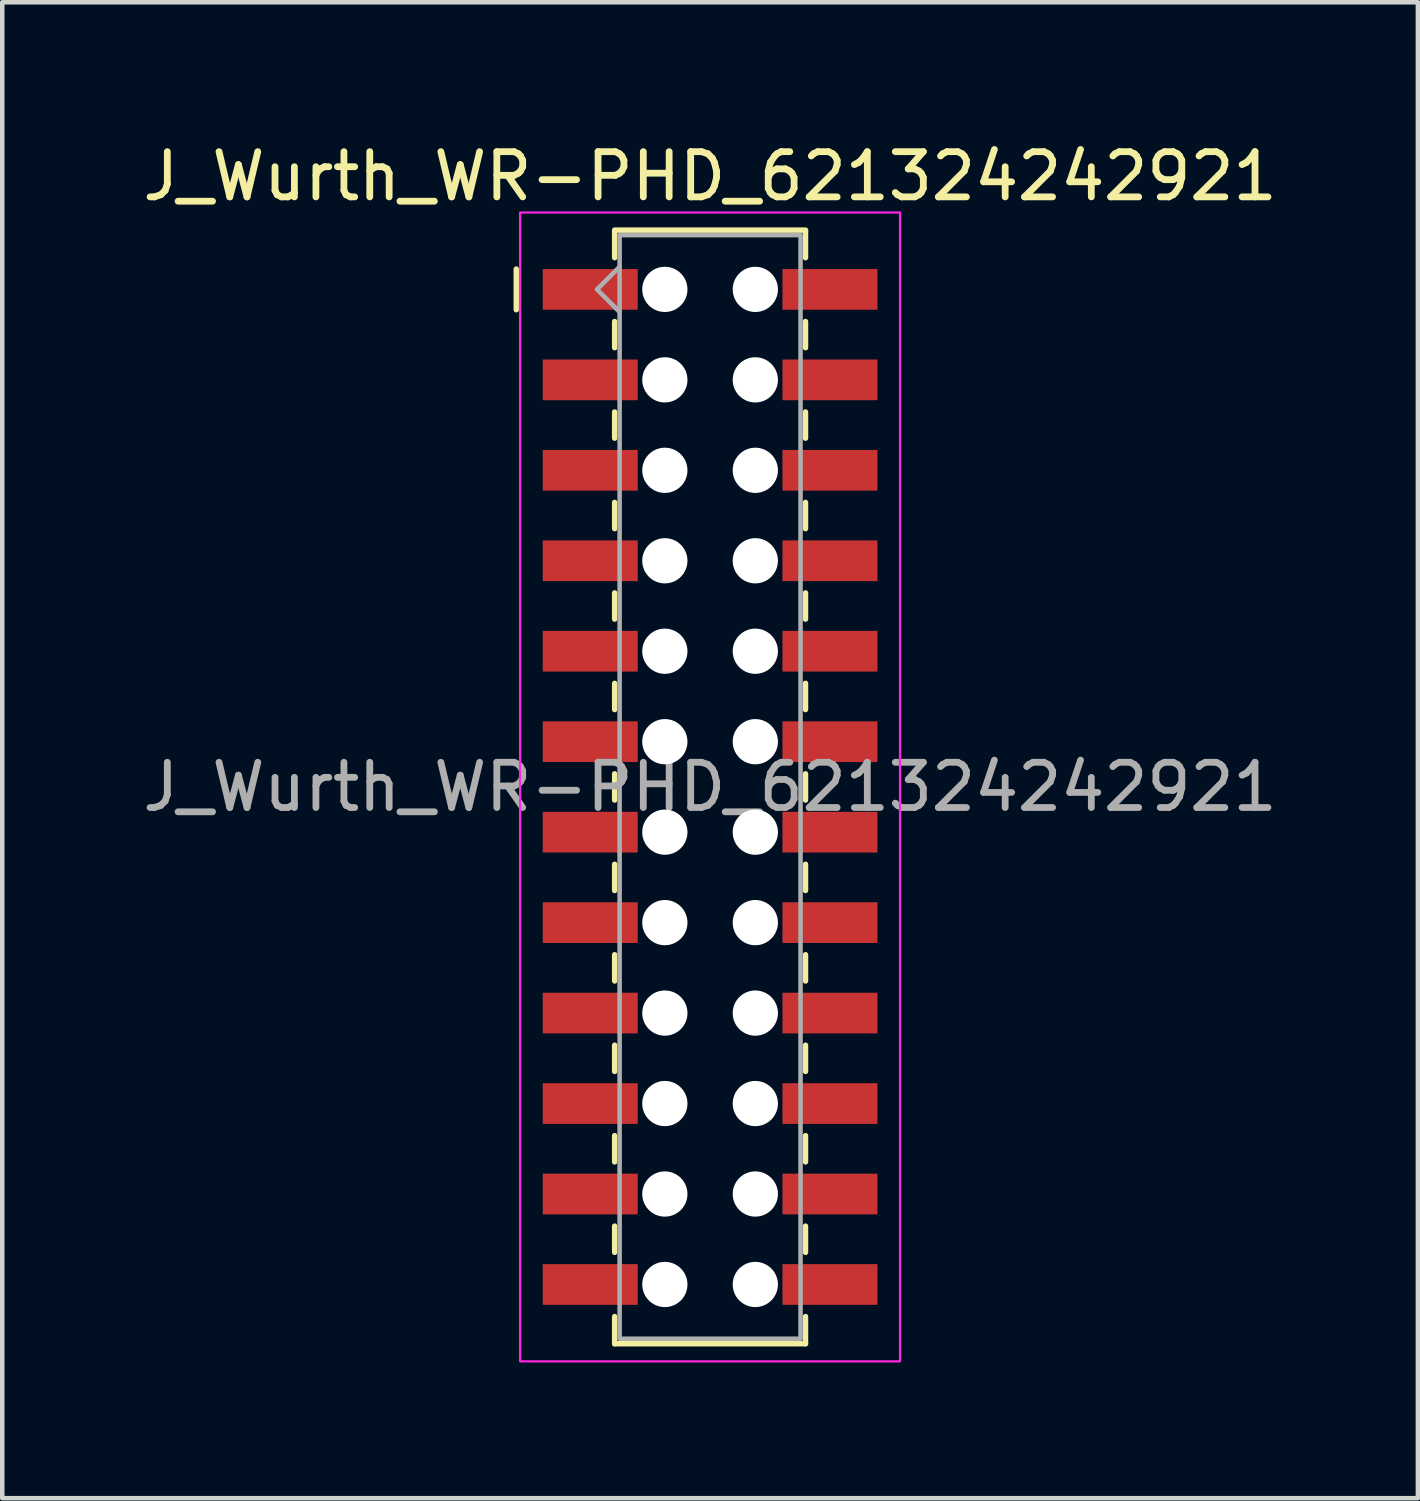
<source format=kicad_pcb>
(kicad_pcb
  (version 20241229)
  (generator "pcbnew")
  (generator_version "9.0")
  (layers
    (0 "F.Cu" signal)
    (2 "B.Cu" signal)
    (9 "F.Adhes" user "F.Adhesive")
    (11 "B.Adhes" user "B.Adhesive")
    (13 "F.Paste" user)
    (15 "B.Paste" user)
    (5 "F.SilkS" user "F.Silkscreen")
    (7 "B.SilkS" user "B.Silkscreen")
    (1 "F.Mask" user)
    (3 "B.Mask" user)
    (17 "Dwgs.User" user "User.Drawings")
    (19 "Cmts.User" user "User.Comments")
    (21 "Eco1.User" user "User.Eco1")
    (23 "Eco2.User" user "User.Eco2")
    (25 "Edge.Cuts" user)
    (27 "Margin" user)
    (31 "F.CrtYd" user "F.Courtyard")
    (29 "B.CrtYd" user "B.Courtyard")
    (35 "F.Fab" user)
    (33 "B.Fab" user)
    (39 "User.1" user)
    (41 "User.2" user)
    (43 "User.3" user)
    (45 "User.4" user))
  (footprint "J_Wurth_WR-PHD_621324242921"
    (layer "F.Cu")
    (at 12.649 14.348)
    (property "Reference" "J_Wurth_WR-PHD_621324242921" (at 0 -13.5 0) (unlocked yes) (layer "F.SilkS") (effects (font (size 1 1) (thickness 0.15))))
    (attr smd)
    (fp_line (start -4.285 -11.45) (end -4.285 -10.55) (stroke (width 0.12) (type solid)) (layer "F.SilkS"))
    (fp_line (start -2.11 -12.31) (end 2.11 -12.31) (stroke (width 0.12) (type solid)) (layer "F.SilkS"))
    (fp_line (start -2.11 -11.7) (end -2.11 -12.3) (stroke (width 0.12) (type solid)) (layer "F.SilkS"))
    (fp_line (start -2.11 -10.29) (end -2.11 -9.71) (stroke (width 0.12) (type solid)) (layer "F.SilkS"))
    (fp_line (start -2.11 -8.29) (end -2.11 -7.71) (stroke (width 0.12) (type solid)) (layer "F.SilkS"))
    (fp_line (start -2.11 -6.29) (end -2.11 -5.71) (stroke (width 0.12) (type solid)) (layer "F.SilkS"))
    (fp_line (start -2.11 -4.29) (end -2.11 -3.71) (stroke (width 0.12) (type solid)) (layer "F.SilkS"))
    (fp_line (start -2.11 -2.29) (end -2.11 -1.71) (stroke (width 0.12) (type solid)) (layer "F.SilkS"))
    (fp_line (start -2.11 -0.29) (end -2.11 0.29) (stroke (width 0.12) (type solid)) (layer "F.SilkS"))
    (fp_line (start -2.11 1.71) (end -2.11 2.29) (stroke (width 0.12) (type solid)) (layer "F.SilkS"))
    (fp_line (start -2.11 3.71) (end -2.11 4.29) (stroke (width 0.12) (type solid)) (layer "F.SilkS"))
    (fp_line (start -2.11 5.71) (end -2.11 6.29) (stroke (width 0.12) (type solid)) (layer "F.SilkS"))
    (fp_line (start -2.11 7.71) (end -2.11 8.29) (stroke (width 0.12) (type solid)) (layer "F.SilkS"))
    (fp_line (start -2.11 9.71) (end -2.11 10.29) (stroke (width 0.12) (type solid)) (layer "F.SilkS"))
    (fp_line (start -2.11 11.71) (end -2.11 12.31) (stroke (width 0.12) (type solid)) (layer "F.SilkS"))
    (fp_line (start 2.11 -11.7) (end 2.11 -12.3) (stroke (width 0.12) (type solid)) (layer "F.SilkS"))
    (fp_line (start 2.11 -10.29) (end 2.11 -9.71) (stroke (width 0.12) (type solid)) (layer "F.SilkS"))
    (fp_line (start 2.11 -8.29) (end 2.11 -7.71) (stroke (width 0.12) (type solid)) (layer "F.SilkS"))
    (fp_line (start 2.11 -6.29) (end 2.11 -5.71) (stroke (width 0.12) (type solid)) (layer "F.SilkS"))
    (fp_line (start 2.11 -4.29) (end 2.11 -3.71) (stroke (width 0.12) (type solid)) (layer "F.SilkS"))
    (fp_line (start 2.11 -2.29) (end 2.11 -1.71) (stroke (width 0.12) (type solid)) (layer "F.SilkS"))
    (fp_line (start 2.11 -0.29) (end 2.11 0.29) (stroke (width 0.12) (type solid)) (layer "F.SilkS"))
    (fp_line (start 2.11 1.71) (end 2.11 2.29) (stroke (width 0.12) (type solid)) (layer "F.SilkS"))
    (fp_line (start 2.11 3.71) (end 2.11 4.29) (stroke (width 0.12) (type solid)) (layer "F.SilkS"))
    (fp_line (start 2.11 5.71) (end 2.11 6.29) (stroke (width 0.12) (type solid)) (layer "F.SilkS"))
    (fp_line (start 2.11 7.71) (end 2.11 8.29) (stroke (width 0.12) (type solid)) (layer "F.SilkS"))
    (fp_line (start 2.11 9.71) (end 2.11 10.29) (stroke (width 0.12) (type solid)) (layer "F.SilkS"))
    (fp_line (start 2.11 11.71) (end 2.11 12.31) (stroke (width 0.12) (type solid)) (layer "F.SilkS"))
    (fp_line (start 2.11 12.31) (end -2.11 12.31) (stroke (width 0.12) (type solid)) (layer "F.SilkS"))
    (fp_rect (start -4.2 -12.7) (end 4.2 12.7) (stroke (width 0.05) (type solid)) (fill no) (layer "F.CrtYd"))
    (fp_line (start -2.5 -11) (end -2 -10.5) (stroke (width 0.1) (type default)) (layer "F.Fab"))
    (fp_line (start -2 -11.5) (end -2.5 -11) (stroke (width 0.1) (type default)) (layer "F.Fab"))
    (fp_rect (start -2 -12.2) (end 2 12.2) (stroke (width 0.1) (type solid)) (fill no) (layer "F.Fab"))
    (fp_text user "${REFERENCE}" (at 0 0 0) (unlocked yes) (layer "F.Fab") (effects (font (size 1 1) (thickness 0.15))))
    (pad "" np_thru_hole circle (at -1 -11 270) (size 1 1) (drill 1) (layers "*.Cu" "*.Mask"))
    (pad "" np_thru_hole circle (at -1 -9 270) (size 1 1) (drill 1) (layers "*.Cu" "*.Mask"))
    (pad "" np_thru_hole circle (at -1 -7 270) (size 1 1) (drill 1) (layers "*.Cu" "*.Mask"))
    (pad "" np_thru_hole circle (at -1 -5 270) (size 1 1) (drill 1) (layers "*.Cu" "*.Mask"))
    (pad "" np_thru_hole circle (at -1 -3 270) (size 1 1) (drill 1) (layers "*.Cu" "*.Mask"))
    (pad "" np_thru_hole circle (at -1 -1 270) (size 1 1) (drill 1) (layers "*.Cu" "*.Mask"))
    (pad "" np_thru_hole circle (at -1 1 270) (size 1 1) (drill 1) (layers "*.Cu" "*.Mask"))
    (pad "" np_thru_hole circle (at -1 3 270) (size 1 1) (drill 1) (layers "*.Cu" "*.Mask"))
    (pad "" np_thru_hole circle (at -1 5 270) (size 1 1) (drill 1) (layers "*.Cu" "*.Mask"))
    (pad "" np_thru_hole circle (at -1 7 270) (size 1 1) (drill 1) (layers "*.Cu" "*.Mask"))
    (pad "" np_thru_hole circle (at -1 9 270) (size 1 1) (drill 1) (layers "*.Cu" "*.Mask"))
    (pad "" np_thru_hole circle (at -1 11 270) (size 1 1) (drill 1) (layers "*.Cu" "*.Mask"))
    (pad "" np_thru_hole circle (at 1 -11 270) (size 1 1) (drill 1) (layers "*.Cu" "*.Mask"))
    (pad "" np_thru_hole circle (at 1 -9 270) (size 1 1) (drill 1) (layers "*.Cu" "*.Mask"))
    (pad "" np_thru_hole circle (at 1 -7 270) (size 1 1) (drill 1) (layers "*.Cu" "*.Mask"))
    (pad "" np_thru_hole circle (at 1 -5 270) (size 1 1) (drill 1) (layers "*.Cu" "*.Mask"))
    (pad "" np_thru_hole circle (at 1 -3 270) (size 1 1) (drill 1) (layers "*.Cu" "*.Mask"))
    (pad "" np_thru_hole circle (at 1 -1 270) (size 1 1) (drill 1) (layers "*.Cu" "*.Mask"))
    (pad "" np_thru_hole circle (at 1 1 270) (size 1 1) (drill 1) (layers "*.Cu" "*.Mask"))
    (pad "" np_thru_hole circle (at 1 3 270) (size 1 1) (drill 1) (layers "*.Cu" "*.Mask"))
    (pad "" np_thru_hole circle (at 1 5 270) (size 1 1) (drill 1) (layers "*.Cu" "*.Mask"))
    (pad "" np_thru_hole circle (at 1 7 270) (size 1 1) (drill 1) (layers "*.Cu" "*.Mask"))
    (pad "" np_thru_hole circle (at 1 9 270) (size 1 1) (drill 1) (layers "*.Cu" "*.Mask"))
    (pad "" np_thru_hole circle (at 1 11 270) (size 1 1) (drill 1) (layers "*.Cu" "*.Mask"))
    (pad "1" smd rect (at -2.65 -11 270) (size 0.9 2.1) (layers "F.Cu" "F.Mask" "F.Paste"))
    (pad "2" smd rect (at 2.65 -11 270) (size 0.9 2.1) (layers "F.Cu" "F.Mask" "F.Paste"))
    (pad "3" smd rect (at -2.65 -9 270) (size 0.9 2.1) (layers "F.Cu" "F.Mask" "F.Paste"))
    (pad "4" smd rect (at 2.65 -9 270) (size 0.9 2.1) (layers "F.Cu" "F.Mask" "F.Paste"))
    (pad "5" smd rect (at -2.65 -7 270) (size 0.9 2.1) (layers "F.Cu" "F.Mask" "F.Paste"))
    (pad "6" smd rect (at 2.65 -7 270) (size 0.9 2.1) (layers "F.Cu" "F.Mask" "F.Paste"))
    (pad "7" smd rect (at -2.65 -5 270) (size 0.9 2.1) (layers "F.Cu" "F.Mask" "F.Paste"))
    (pad "8" smd rect (at 2.65 -5 270) (size 0.9 2.1) (layers "F.Cu" "F.Mask" "F.Paste"))
    (pad "9" smd rect (at -2.65 -3 270) (size 0.9 2.1) (layers "F.Cu" "F.Mask" "F.Paste"))
    (pad "10" smd rect (at 2.65 -3 270) (size 0.9 2.1) (layers "F.Cu" "F.Mask" "F.Paste"))
    (pad "11" smd rect (at -2.65 -1 270) (size 0.9 2.1) (layers "F.Cu" "F.Mask" "F.Paste"))
    (pad "12" smd rect (at 2.65 -1 270) (size 0.9 2.1) (layers "F.Cu" "F.Mask" "F.Paste"))
    (pad "13" smd rect (at -2.65 1 270) (size 0.9 2.1) (layers "F.Cu" "F.Mask" "F.Paste"))
    (pad "14" smd rect (at 2.65 1 270) (size 0.9 2.1) (layers "F.Cu" "F.Mask" "F.Paste"))
    (pad "15" smd rect (at -2.65 3 270) (size 0.9 2.1) (layers "F.Cu" "F.Mask" "F.Paste"))
    (pad "16" smd rect (at 2.65 3 270) (size 0.9 2.1) (layers "F.Cu" "F.Mask" "F.Paste"))
    (pad "17" smd rect (at -2.65 5 270) (size 0.9 2.1) (layers "F.Cu" "F.Mask" "F.Paste"))
    (pad "18" smd rect (at 2.65 5 270) (size 0.9 2.1) (layers "F.Cu" "F.Mask" "F.Paste"))
    (pad "19" smd rect (at -2.65 7 270) (size 0.9 2.1) (layers "F.Cu" "F.Mask" "F.Paste"))
    (pad "20" smd rect (at 2.65 7 270) (size 0.9 2.1) (layers "F.Cu" "F.Mask" "F.Paste"))
    (pad "21" smd rect (at -2.65 9 270) (size 0.9 2.1) (layers "F.Cu" "F.Mask" "F.Paste"))
    (pad "22" smd rect (at 2.65 9 270) (size 0.9 2.1) (layers "F.Cu" "F.Mask" "F.Paste"))
    (pad "23" smd rect (at -2.65 11 270) (size 0.9 2.1) (layers "F.Cu" "F.Mask" "F.Paste"))
    (pad "24" smd rect (at 2.65 11 270) (size 0.9 2.1) (layers "F.Cu" "F.Mask" "F.Paste")))
  (gr_rect
    (start -3 -3)
    (end 28.298 30.073)
    (stroke (width 0.1) (type default))
    (fill no)
    (layer "Edge.Cuts")))
</source>
